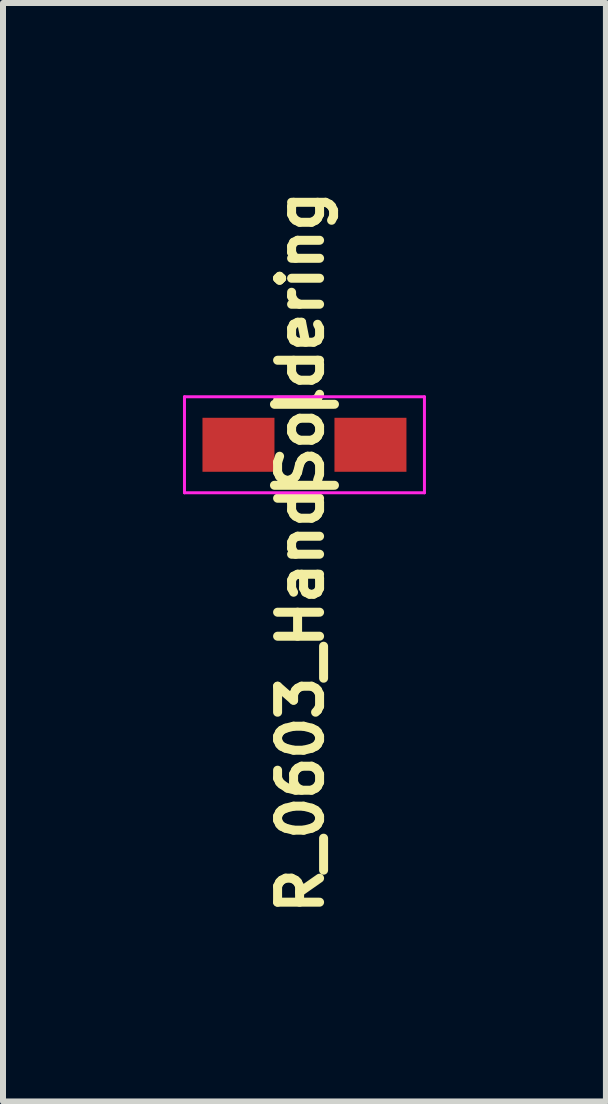
<source format=kicad_pcb>
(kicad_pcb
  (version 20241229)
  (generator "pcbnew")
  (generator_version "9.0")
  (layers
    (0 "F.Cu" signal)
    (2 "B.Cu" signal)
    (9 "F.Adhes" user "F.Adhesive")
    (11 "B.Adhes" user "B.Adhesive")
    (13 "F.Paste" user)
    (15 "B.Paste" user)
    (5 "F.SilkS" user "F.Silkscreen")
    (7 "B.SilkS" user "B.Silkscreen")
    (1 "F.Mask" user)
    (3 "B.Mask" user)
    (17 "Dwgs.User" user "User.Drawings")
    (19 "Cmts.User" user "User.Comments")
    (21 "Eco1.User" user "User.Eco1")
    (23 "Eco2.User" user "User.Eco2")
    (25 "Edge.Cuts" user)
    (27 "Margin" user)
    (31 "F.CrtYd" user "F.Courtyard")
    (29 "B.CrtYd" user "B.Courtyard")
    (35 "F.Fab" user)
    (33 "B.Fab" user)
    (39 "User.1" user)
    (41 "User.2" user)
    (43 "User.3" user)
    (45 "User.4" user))
  (footprint "R_0603_HandSoldering"
    (layer "F.Cu")
    (at 2.025 4.364)
    (property "Reference" "R_0603_HandSoldering" (at -0.064 1.791 270) (layer "F.SilkS") (effects (font (size 0.7 0.7) (thickness 0.15))))
    (attr smd)
    (fp_line (start -0.5 -0.675) (end 0.5 -0.675) (stroke (width 0.15) (type solid)) (layer "F.SilkS"))
    (fp_line (start 0.5 0.675) (end -0.5 0.675) (stroke (width 0.15) (type solid)) (layer "F.SilkS"))
    (fp_line (start -2 -0.8) (end -2 0.8) (stroke (width 0.05) (type solid)) (layer "F.CrtYd"))
    (fp_line (start -2 -0.8) (end 2 -0.8) (stroke (width 0.05) (type solid)) (layer "F.CrtYd"))
    (fp_line (start -2 0.8) (end 2 0.8) (stroke (width 0.05) (type solid)) (layer "F.CrtYd"))
    (fp_line (start 2 -0.8) (end 2 0.8) (stroke (width 0.05) (type solid)) (layer "F.CrtYd"))
    (pad "1" smd rect (at -1.1 0) (size 1.2 0.9) (layers "F.Cu" "F.Mask" "F.Paste"))
    (pad "2" smd rect (at 1.1 0) (size 1.2 0.9) (layers "F.Cu" "F.Mask" "F.Paste")))
  (gr_rect
    (start -3 -3)
    (end 7.05 15.31)
    (stroke (width 0.1) (type default))
    (fill no)
    (layer "Edge.Cuts")))
</source>
